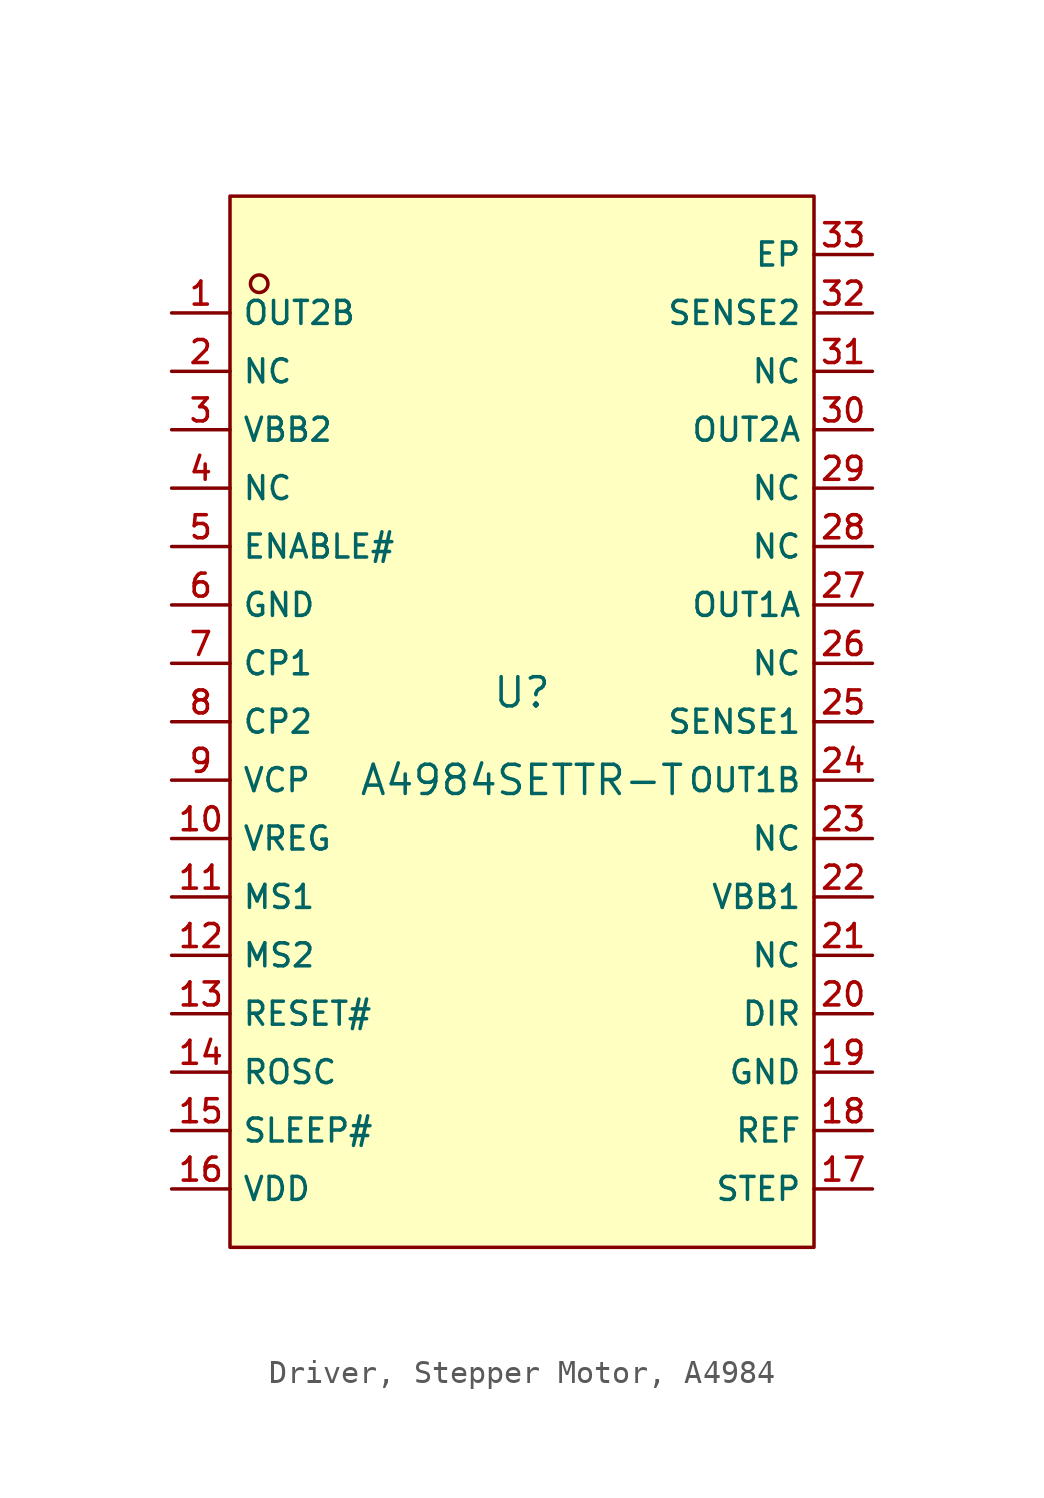
<source format=kicad_sym>
(kicad_symbol_lib
  (version 20231120)
  (generator "CDFER_Archive_Tool")
  (generator_version "0.0")
  (symbol "Driver, Stepper Motor, A4984"
    (property "Reference" "U"
      (at 0 1.27 0)
      (effects (font (size 1.27 1.27))))
    (property "Value" "A4984SETTR-T"
      (at 0 -2.54 0)
      (effects (font (size 1.27 1.27))))
    (symbol "Driver, Stepper Motor, A4984_0_1"
      (rectangle (start -12.7 22.86) (end 12.7 -22.86) (stroke (width 0) (type default)) (fill (type background)))
      (circle (center -11.43 19.05) (radius 0.381) (stroke (width 0) (type default)) (fill (type background)))
      (pin unspecified line (at -15.24 17.78 0) (length 2.54) (name "OUT2B" (effects (font (size 1 1)))) (number "1" (effects (font (size 1 1)))))
      (pin unspecified line (at -15.24 -5.08 0) (length 2.54) (name "VREG" (effects (font (size 1 1)))) (number "10" (effects (font (size 1 1)))))
      (pin unspecified line (at -15.24 -7.62 0) (length 2.54) (name "MS1" (effects (font (size 1 1)))) (number "11" (effects (font (size 1 1)))))
      (pin unspecified line (at -15.24 -10.16 0) (length 2.54) (name "MS2" (effects (font (size 1 1)))) (number "12" (effects (font (size 1 1)))))
      (pin unspecified line (at -15.24 -12.7 0) (length 2.54) (name "RESET#" (effects (font (size 1 1)))) (number "13" (effects (font (size 1 1)))))
      (pin unspecified line (at -15.24 -15.24 0) (length 2.54) (name "ROSC" (effects (font (size 1 1)))) (number "14" (effects (font (size 1 1)))))
      (pin unspecified line (at -15.24 -17.78 0) (length 2.54) (name "SLEEP#" (effects (font (size 1 1)))) (number "15" (effects (font (size 1 1)))))
      (pin unspecified line (at -15.24 -20.32 0) (length 2.54) (name "VDD" (effects (font (size 1 1)))) (number "16" (effects (font (size 1 1)))))
      (pin unspecified line (at 15.24 -20.32 180) (length 2.54) (name "STEP" (effects (font (size 1 1)))) (number "17" (effects (font (size 1 1)))))
      (pin unspecified line (at 15.24 -17.78 180) (length 2.54) (name "REF" (effects (font (size 1 1)))) (number "18" (effects (font (size 1 1)))))
      (pin unspecified line (at 15.24 -15.24 180) (length 2.54) (name "GND" (effects (font (size 1 1)))) (number "19" (effects (font (size 1 1)))))
      (pin unspecified line (at -15.24 15.24 0) (length 2.54) (name "NC" (effects (font (size 1 1)))) (number "2" (effects (font (size 1 1)))))
      (pin unspecified line (at 15.24 -12.7 180) (length 2.54) (name "DIR" (effects (font (size 1 1)))) (number "20" (effects (font (size 1 1)))))
      (pin unspecified line (at 15.24 -10.16 180) (length 2.54) (name "NC" (effects (font (size 1 1)))) (number "21" (effects (font (size 1 1)))))
      (pin unspecified line (at 15.24 -7.62 180) (length 2.54) (name "VBB1" (effects (font (size 1 1)))) (number "22" (effects (font (size 1 1)))))
      (pin unspecified line (at 15.24 -5.08 180) (length 2.54) (name "NC" (effects (font (size 1 1)))) (number "23" (effects (font (size 1 1)))))
      (pin unspecified line (at 15.24 -2.54 180) (length 2.54) (name "OUT1B" (effects (font (size 1 1)))) (number "24" (effects (font (size 1 1)))))
      (pin unspecified line (at 15.24 0 180) (length 2.54) (name "SENSE1" (effects (font (size 1 1)))) (number "25" (effects (font (size 1 1)))))
      (pin unspecified line (at 15.24 2.54 180) (length 2.54) (name "NC" (effects (font (size 1 1)))) (number "26" (effects (font (size 1 1)))))
      (pin unspecified line (at 15.24 5.08 180) (length 2.54) (name "OUT1A" (effects (font (size 1 1)))) (number "27" (effects (font (size 1 1)))))
      (pin unspecified line (at 15.24 7.62 180) (length 2.54) (name "NC" (effects (font (size 1 1)))) (number "28" (effects (font (size 1 1)))))
      (pin unspecified line (at 15.24 10.16 180) (length 2.54) (name "NC" (effects (font (size 1 1)))) (number "29" (effects (font (size 1 1)))))
      (pin unspecified line (at -15.24 12.7 0) (length 2.54) (name "VBB2" (effects (font (size 1 1)))) (number "3" (effects (font (size 1 1)))))
      (pin unspecified line (at 15.24 12.7 180) (length 2.54) (name "OUT2A" (effects (font (size 1 1)))) (number "30" (effects (font (size 1 1)))))
      (pin unspecified line (at 15.24 15.24 180) (length 2.54) (name "NC" (effects (font (size 1 1)))) (number "31" (effects (font (size 1 1)))))
      (pin unspecified line (at 15.24 17.78 180) (length 2.54) (name "SENSE2" (effects (font (size 1 1)))) (number "32" (effects (font (size 1 1)))))
      (pin unspecified line (at 15.24 20.32 180) (length 2.54) (name "EP" (effects (font (size 1 1)))) (number "33" (effects (font (size 1 1)))))
      (pin unspecified line (at -15.24 10.16 0) (length 2.54) (name "NC" (effects (font (size 1 1)))) (number "4" (effects (font (size 1 1)))))
      (pin unspecified line (at -15.24 7.62 0) (length 2.54) (name "ENABLE#" (effects (font (size 1 1)))) (number "5" (effects (font (size 1 1)))))
      (pin unspecified line (at -15.24 5.08 0) (length 2.54) (name "GND" (effects (font (size 1 1)))) (number "6" (effects (font (size 1 1)))))
      (pin unspecified line (at -15.24 2.54 0) (length 2.54) (name "CP1" (effects (font (size 1 1)))) (number "7" (effects (font (size 1 1)))))
      (pin unspecified line (at -15.24 0 0) (length 2.54) (name "CP2" (effects (font (size 1 1)))) (number "8" (effects (font (size 1 1)))))
      (pin unspecified line (at -15.24 -2.54 0) (length 2.54) (name "VCP" (effects (font (size 1 1)))) (number "9" (effects (font (size 1 1))))))))
</source>
